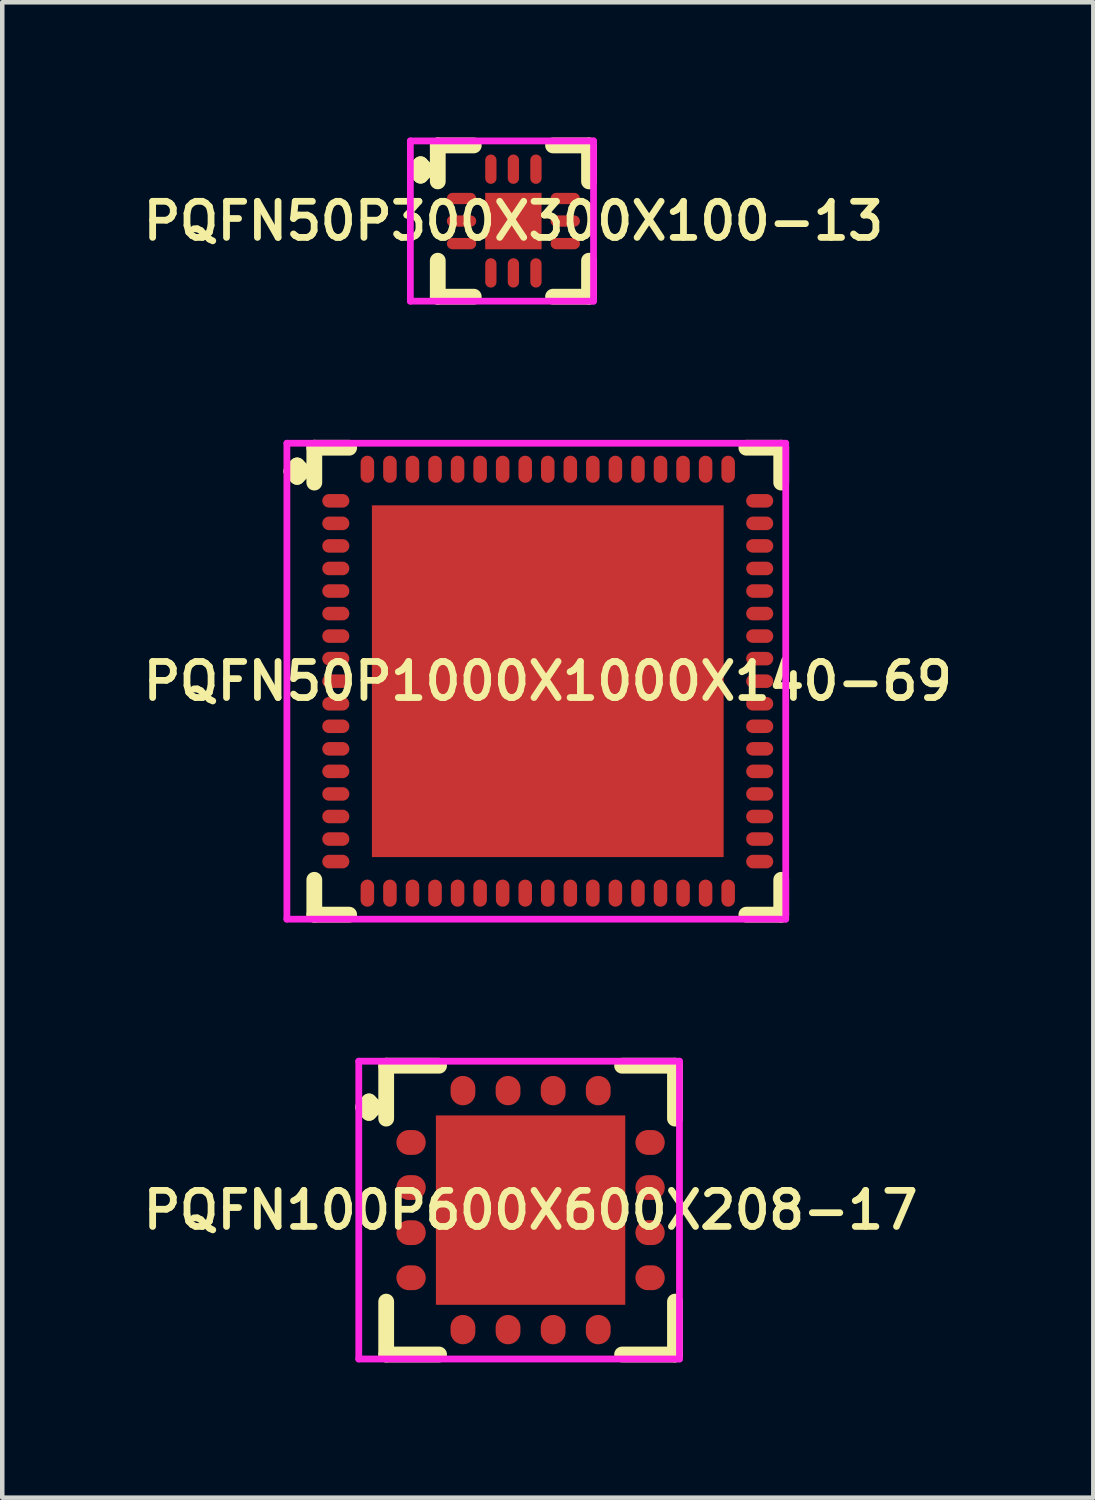
<source format=kicad_pcb>
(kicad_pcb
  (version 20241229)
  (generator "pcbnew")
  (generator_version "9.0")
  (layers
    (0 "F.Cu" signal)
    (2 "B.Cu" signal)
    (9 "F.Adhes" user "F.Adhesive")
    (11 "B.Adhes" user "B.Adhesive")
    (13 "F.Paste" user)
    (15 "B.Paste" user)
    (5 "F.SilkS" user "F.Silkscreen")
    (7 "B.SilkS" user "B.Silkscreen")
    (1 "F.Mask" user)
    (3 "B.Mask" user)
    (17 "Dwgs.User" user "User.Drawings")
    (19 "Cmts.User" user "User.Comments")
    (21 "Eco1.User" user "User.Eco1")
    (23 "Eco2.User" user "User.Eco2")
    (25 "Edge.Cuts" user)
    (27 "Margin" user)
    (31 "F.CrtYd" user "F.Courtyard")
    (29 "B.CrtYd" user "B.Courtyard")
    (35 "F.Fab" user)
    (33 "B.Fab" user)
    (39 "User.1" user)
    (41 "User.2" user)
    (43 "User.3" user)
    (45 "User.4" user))
  (footprint "PQFN50P300X300X100-13"
    (layer "F.Cu")
    (at 8.335 1.852)
    (property "Reference" "PQFN50P300X300X100-13" (at 0 0 0) (layer "F.SilkS") (effects (font (size 0.8 0.8) (thickness 0.15))))
    (attr through_hole)
    (fp_line (start -2.185 -1.133) (end -2.058 -1.26) (stroke (width 0.35) (type solid)) (layer "F.SilkS"))
    (fp_line (start -2.058 -1.26) (end -1.931 -1.133) (stroke (width 0.35) (type solid)) (layer "F.SilkS"))
    (fp_line (start -2.058 -1.006) (end -2.185 -1.133) (stroke (width 0.35) (type solid)) (layer "F.SilkS"))
    (fp_line (start -1.931 -1.133) (end -2.058 -1.006) (stroke (width 0.35) (type solid)) (layer "F.SilkS"))
    (fp_line (start -1.677 -1.677) (end -0.879 -1.677) (stroke (width 0.35) (type solid)) (layer "F.SilkS"))
    (fp_line (start -1.677 -0.879) (end -1.677 -1.677) (stroke (width 0.35) (type solid)) (layer "F.SilkS"))
    (fp_line (start -1.677 0.879) (end -1.677 1.677) (stroke (width 0.35) (type solid)) (layer "F.SilkS"))
    (fp_line (start -1.677 1.677) (end -0.879 1.677) (stroke (width 0.35) (type solid)) (layer "F.SilkS"))
    (fp_line (start 0.879 -1.677) (end 1.677 -1.677) (stroke (width 0.35) (type solid)) (layer "F.SilkS"))
    (fp_line (start 0.879 1.677) (end 1.677 1.677) (stroke (width 0.35) (type solid)) (layer "F.SilkS"))
    (fp_line (start 1.677 -1.677) (end 1.677 -0.879) (stroke (width 0.35) (type solid)) (layer "F.SilkS"))
    (fp_line (start 1.677 1.677) (end 1.677 0.879) (stroke (width 0.35) (type solid)) (layer "F.SilkS"))
    (fp_line (start -2.285 -1.777) (end 1.777 -1.777) (stroke (width 0.15) (type solid)) (layer "F.CrtYd"))
    (fp_line (start -2.285 1.777) (end -2.285 -1.777) (stroke (width 0.15) (type solid)) (layer "F.CrtYd"))
    (fp_line (start 1.777 -1.777) (end 1.777 1.777) (stroke (width 0.15) (type solid)) (layer "F.CrtYd"))
    (fp_line (start 1.777 1.777) (end -2.285 1.777) (stroke (width 0.15) (type solid)) (layer "F.CrtYd"))
    (pad "1" smd oval (at -1.15 -0.5) (size 0.65 0.25) (layers "F.Cu" "F.Mask" "F.Paste"))
    (pad "2" smd oval (at -1.15 0) (size 0.65 0.25) (layers "F.Cu" "F.Mask" "F.Paste"))
    (pad "3" smd oval (at -1.15 0.5) (size 0.65 0.25) (layers "F.Cu" "F.Mask" "F.Paste"))
    (pad "4" smd oval (at -0.5 1.15) (size 0.25 0.65) (layers "F.Cu" "F.Mask" "F.Paste"))
    (pad "5" smd oval (at 0 1.15) (size 0.25 0.65) (layers "F.Cu" "F.Mask" "F.Paste"))
    (pad "6" smd oval (at 0.5 1.15) (size 0.25 0.65) (layers "F.Cu" "F.Mask" "F.Paste"))
    (pad "7" smd oval (at 1.15 0.5) (size 0.65 0.25) (layers "F.Cu" "F.Mask" "F.Paste"))
    (pad "8" smd oval (at 1.15 0) (size 0.65 0.25) (layers "F.Cu" "F.Mask" "F.Paste"))
    (pad "9" smd oval (at 1.15 -0.5) (size 0.65 0.25) (layers "F.Cu" "F.Mask" "F.Paste"))
    (pad "10" smd oval (at 0.5 -1.15) (size 0.25 0.65) (layers "F.Cu" "F.Mask" "F.Paste"))
    (pad "11" smd oval (at 0 -1.15) (size 0.25 0.65) (layers "F.Cu" "F.Mask" "F.Paste"))
    (pad "12" smd oval (at -0.5 -1.15) (size 0.25 0.65) (layers "F.Cu" "F.Mask" "F.Paste"))
    (pad "13" smd rect (at 0 0) (size 1.25 1.25) (layers "F.Cu" "F.Mask" "F.Paste")))
  (footprint "PQFN50P1000X1000X140-69"
    (layer "F.Cu")
    (at 9.097 12.056)
    (property "Reference" "PQFN50P1000X1000X140-69" (at 0 0 0) (layer "F.SilkS") (effects (font (size 0.8 0.8) (thickness 0.15))))
    (attr smd)
    (fp_line (start -5.685 -4.658) (end -5.558 -4.785) (stroke (width 0.35) (type solid)) (layer "F.SilkS"))
    (fp_line (start -5.558 -4.785) (end -5.431 -4.658) (stroke (width 0.35) (type solid)) (layer "F.SilkS"))
    (fp_line (start -5.558 -4.531) (end -5.685 -4.658) (stroke (width 0.35) (type solid)) (layer "F.SilkS"))
    (fp_line (start -5.431 -4.658) (end -5.558 -4.531) (stroke (width 0.35) (type solid)) (layer "F.SilkS"))
    (fp_line (start -5.177 -5.177) (end -4.404 -5.177) (stroke (width 0.35) (type solid)) (layer "F.SilkS"))
    (fp_line (start -5.177 -4.404) (end -5.177 -5.177) (stroke (width 0.35) (type solid)) (layer "F.SilkS"))
    (fp_line (start -5.177 4.404) (end -5.177 5.177) (stroke (width 0.35) (type solid)) (layer "F.SilkS"))
    (fp_line (start -5.177 5.177) (end -4.404 5.177) (stroke (width 0.35) (type solid)) (layer "F.SilkS"))
    (fp_line (start 4.404 -5.177) (end 5.177 -5.177) (stroke (width 0.35) (type solid)) (layer "F.SilkS"))
    (fp_line (start 4.404 5.177) (end 5.177 5.177) (stroke (width 0.35) (type solid)) (layer "F.SilkS"))
    (fp_line (start 5.177 -5.177) (end 5.177 -4.404) (stroke (width 0.35) (type solid)) (layer "F.SilkS"))
    (fp_line (start 5.177 5.177) (end 5.177 4.404) (stroke (width 0.35) (type solid)) (layer "F.SilkS"))
    (fp_line (start -5.785 -5.277) (end 5.277 -5.277) (stroke (width 0.15) (type solid)) (layer "F.CrtYd"))
    (fp_line (start -5.785 5.277) (end -5.785 -5.277) (stroke (width 0.15) (type solid)) (layer "F.CrtYd"))
    (fp_line (start 5.277 -5.277) (end 5.277 5.277) (stroke (width 0.15) (type solid)) (layer "F.CrtYd"))
    (fp_line (start 5.277 5.277) (end -5.785 5.277) (stroke (width 0.15) (type solid)) (layer "F.CrtYd"))
    (pad "1" smd oval (at -4.7 -4) (size 0.6 0.3) (layers "F.Cu" "F.Mask" "F.Paste"))
    (pad "2" smd oval (at -4.7 -3.5) (size 0.6 0.3) (layers "F.Cu" "F.Mask" "F.Paste"))
    (pad "3" smd oval (at -4.7 -3) (size 0.6 0.3) (layers "F.Cu" "F.Mask" "F.Paste"))
    (pad "4" smd oval (at -4.7 -2.5) (size 0.6 0.3) (layers "F.Cu" "F.Mask" "F.Paste"))
    (pad "5" smd oval (at -4.7 -2) (size 0.6 0.3) (layers "F.Cu" "F.Mask" "F.Paste"))
    (pad "6" smd oval (at -4.7 -1.5) (size 0.6 0.3) (layers "F.Cu" "F.Mask" "F.Paste"))
    (pad "7" smd oval (at -4.7 -1) (size 0.6 0.3) (layers "F.Cu" "F.Mask" "F.Paste"))
    (pad "8" smd oval (at -4.7 -0.5) (size 0.6 0.3) (layers "F.Cu" "F.Mask" "F.Paste"))
    (pad "9" smd oval (at -4.7 0) (size 0.6 0.3) (layers "F.Cu" "F.Mask" "F.Paste"))
    (pad "10" smd oval (at -4.7 0.5) (size 0.6 0.3) (layers "F.Cu" "F.Mask" "F.Paste"))
    (pad "11" smd oval (at -4.7 1) (size 0.6 0.3) (layers "F.Cu" "F.Mask" "F.Paste"))
    (pad "12" smd oval (at -4.7 1.5) (size 0.6 0.3) (layers "F.Cu" "F.Mask" "F.Paste"))
    (pad "13" smd oval (at -4.7 2) (size 0.6 0.3) (layers "F.Cu" "F.Mask" "F.Paste"))
    (pad "14" smd oval (at -4.7 2.5) (size 0.6 0.3) (layers "F.Cu" "F.Mask" "F.Paste"))
    (pad "15" smd oval (at -4.7 3) (size 0.6 0.3) (layers "F.Cu" "F.Mask" "F.Paste"))
    (pad "16" smd oval (at -4.7 3.5) (size 0.6 0.3) (layers "F.Cu" "F.Mask" "F.Paste"))
    (pad "17" smd oval (at -4.7 4) (size 0.6 0.3) (layers "F.Cu" "F.Mask" "F.Paste"))
    (pad "18" smd oval (at -4 4.7) (size 0.3 0.6) (layers "F.Cu" "F.Mask" "F.Paste"))
    (pad "19" smd oval (at -3.5 4.7) (size 0.3 0.6) (layers "F.Cu" "F.Mask" "F.Paste"))
    (pad "20" smd oval (at -3 4.7) (size 0.3 0.6) (layers "F.Cu" "F.Mask" "F.Paste"))
    (pad "21" smd oval (at -2.5 4.7) (size 0.3 0.6) (layers "F.Cu" "F.Mask" "F.Paste"))
    (pad "22" smd oval (at -2 4.7) (size 0.3 0.6) (layers "F.Cu" "F.Mask" "F.Paste"))
    (pad "23" smd oval (at -1.5 4.7) (size 0.3 0.6) (layers "F.Cu" "F.Mask" "F.Paste"))
    (pad "24" smd oval (at -1 4.7) (size 0.3 0.6) (layers "F.Cu" "F.Mask" "F.Paste"))
    (pad "25" smd oval (at -0.5 4.7) (size 0.3 0.6) (layers "F.Cu" "F.Mask" "F.Paste"))
    (pad "26" smd oval (at 0 4.7) (size 0.3 0.6) (layers "F.Cu" "F.Mask" "F.Paste"))
    (pad "27" smd oval (at 0.5 4.7) (size 0.3 0.6) (layers "F.Cu" "F.Mask" "F.Paste"))
    (pad "28" smd oval (at 1 4.7) (size 0.3 0.6) (layers "F.Cu" "F.Mask" "F.Paste"))
    (pad "29" smd oval (at 1.5 4.7) (size 0.3 0.6) (layers "F.Cu" "F.Mask" "F.Paste"))
    (pad "30" smd oval (at 2 4.7) (size 0.3 0.6) (layers "F.Cu" "F.Mask" "F.Paste"))
    (pad "31" smd oval (at 2.5 4.7) (size 0.3 0.6) (layers "F.Cu" "F.Mask" "F.Paste"))
    (pad "32" smd oval (at 3 4.7) (size 0.3 0.6) (layers "F.Cu" "F.Mask" "F.Paste"))
    (pad "33" smd oval (at 3.5 4.7) (size 0.3 0.6) (layers "F.Cu" "F.Mask" "F.Paste"))
    (pad "34" smd oval (at 4 4.7) (size 0.3 0.6) (layers "F.Cu" "F.Mask" "F.Paste"))
    (pad "35" smd oval (at 4.7 4) (size 0.6 0.3) (layers "F.Cu" "F.Mask" "F.Paste"))
    (pad "36" smd oval (at 4.7 3.5) (size 0.6 0.3) (layers "F.Cu" "F.Mask" "F.Paste"))
    (pad "37" smd oval (at 4.7 3) (size 0.6 0.3) (layers "F.Cu" "F.Mask" "F.Paste"))
    (pad "38" smd oval (at 4.7 2.5) (size 0.6 0.3) (layers "F.Cu" "F.Mask" "F.Paste"))
    (pad "39" smd oval (at 4.7 2) (size 0.6 0.3) (layers "F.Cu" "F.Mask" "F.Paste"))
    (pad "40" smd oval (at 4.7 1.5) (size 0.6 0.3) (layers "F.Cu" "F.Mask" "F.Paste"))
    (pad "41" smd oval (at 4.7 1) (size 0.6 0.3) (layers "F.Cu" "F.Mask" "F.Paste"))
    (pad "42" smd oval (at 4.7 0.5) (size 0.6 0.3) (layers "F.Cu" "F.Mask" "F.Paste"))
    (pad "43" smd oval (at 4.7 0) (size 0.6 0.3) (layers "F.Cu" "F.Mask" "F.Paste"))
    (pad "44" smd oval (at 4.7 -0.5) (size 0.6 0.3) (layers "F.Cu" "F.Mask" "F.Paste"))
    (pad "45" smd oval (at 4.7 -1) (size 0.6 0.3) (layers "F.Cu" "F.Mask" "F.Paste"))
    (pad "46" smd oval (at 4.7 -1.5) (size 0.6 0.3) (layers "F.Cu" "F.Mask" "F.Paste"))
    (pad "47" smd oval (at 4.7 -2) (size 0.6 0.3) (layers "F.Cu" "F.Mask" "F.Paste"))
    (pad "48" smd oval (at 4.7 -2.5) (size 0.6 0.3) (layers "F.Cu" "F.Mask" "F.Paste"))
    (pad "49" smd oval (at 4.7 -3) (size 0.6 0.3) (layers "F.Cu" "F.Mask" "F.Paste"))
    (pad "50" smd oval (at 4.7 -3.5) (size 0.6 0.3) (layers "F.Cu" "F.Mask" "F.Paste"))
    (pad "51" smd oval (at 4.7 -4) (size 0.6 0.3) (layers "F.Cu" "F.Mask" "F.Paste"))
    (pad "52" smd oval (at 4 -4.7) (size 0.3 0.6) (layers "F.Cu" "F.Mask" "F.Paste"))
    (pad "53" smd oval (at 3.5 -4.7) (size 0.3 0.6) (layers "F.Cu" "F.Mask" "F.Paste"))
    (pad "54" smd oval (at 3 -4.7) (size 0.3 0.6) (layers "F.Cu" "F.Mask" "F.Paste"))
    (pad "55" smd oval (at 2.5 -4.7) (size 0.3 0.6) (layers "F.Cu" "F.Mask" "F.Paste"))
    (pad "56" smd oval (at 2 -4.7) (size 0.3 0.6) (layers "F.Cu" "F.Mask" "F.Paste"))
    (pad "57" smd oval (at 1.5 -4.7) (size 0.3 0.6) (layers "F.Cu" "F.Mask" "F.Paste"))
    (pad "58" smd oval (at 1 -4.7) (size 0.3 0.6) (layers "F.Cu" "F.Mask" "F.Paste"))
    (pad "59" smd oval (at 0.5 -4.7) (size 0.3 0.6) (layers "F.Cu" "F.Mask" "F.Paste"))
    (pad "60" smd oval (at 0 -4.7) (size 0.3 0.6) (layers "F.Cu" "F.Mask" "F.Paste"))
    (pad "61" smd oval (at -0.5 -4.7) (size 0.3 0.6) (layers "F.Cu" "F.Mask" "F.Paste"))
    (pad "62" smd oval (at -1 -4.7) (size 0.3 0.6) (layers "F.Cu" "F.Mask" "F.Paste"))
    (pad "63" smd oval (at -1.5 -4.7) (size 0.3 0.6) (layers "F.Cu" "F.Mask" "F.Paste"))
    (pad "64" smd oval (at -2 -4.7) (size 0.3 0.6) (layers "F.Cu" "F.Mask" "F.Paste"))
    (pad "65" smd oval (at -2.5 -4.7) (size 0.3 0.6) (layers "F.Cu" "F.Mask" "F.Paste"))
    (pad "66" smd oval (at -3 -4.7) (size 0.3 0.6) (layers "F.Cu" "F.Mask" "F.Paste"))
    (pad "67" smd oval (at -3.5 -4.7) (size 0.3 0.6) (layers "F.Cu" "F.Mask" "F.Paste"))
    (pad "68" smd oval (at -4 -4.7) (size 0.3 0.6) (layers "F.Cu" "F.Mask" "F.Paste"))
    (pad "69" smd rect (at 0 0) (size 7.8 7.8) (layers "F.Cu" "F.Mask" "F.Paste")))
  (footprint "PQFN100P600X600X208-17"
    (layer "F.Cu")
    (at 8.716 23.785)
    (property "Reference" "PQFN100P600X600X208-17" (at 0 0 0) (layer "F.SilkS") (effects (font (size 0.8 0.8) (thickness 0.15))))
    (attr smd)
    (fp_line (start -3.71 -2.283) (end -3.583 -2.41) (stroke (width 0.35) (type solid)) (layer "F.SilkS"))
    (fp_line (start -3.583 -2.41) (end -3.456 -2.283) (stroke (width 0.35) (type solid)) (layer "F.SilkS"))
    (fp_line (start -3.583 -2.156) (end -3.71 -2.283) (stroke (width 0.35) (type solid)) (layer "F.SilkS"))
    (fp_line (start -3.456 -2.283) (end -3.583 -2.156) (stroke (width 0.35) (type solid)) (layer "F.SilkS"))
    (fp_line (start -3.202 -3.202) (end -2.029 -3.202) (stroke (width 0.35) (type solid)) (layer "F.SilkS"))
    (fp_line (start -3.202 -2.029) (end -3.202 -3.202) (stroke (width 0.35) (type solid)) (layer "F.SilkS"))
    (fp_line (start -3.202 2.029) (end -3.202 3.202) (stroke (width 0.35) (type solid)) (layer "F.SilkS"))
    (fp_line (start -3.202 3.202) (end -2.029 3.202) (stroke (width 0.35) (type solid)) (layer "F.SilkS"))
    (fp_line (start 2.029 -3.202) (end 3.202 -3.202) (stroke (width 0.35) (type solid)) (layer "F.SilkS"))
    (fp_line (start 2.029 3.202) (end 3.202 3.202) (stroke (width 0.35) (type solid)) (layer "F.SilkS"))
    (fp_line (start 3.202 -3.202) (end 3.202 -2.029) (stroke (width 0.35) (type solid)) (layer "F.SilkS"))
    (fp_line (start 3.202 3.202) (end 3.202 2.029) (stroke (width 0.35) (type solid)) (layer "F.SilkS"))
    (fp_line (start -3.81 -3.302) (end 3.302 -3.302) (stroke (width 0.15) (type solid)) (layer "F.CrtYd"))
    (fp_line (start -3.81 3.302) (end -3.81 -3.302) (stroke (width 0.15) (type solid)) (layer "F.CrtYd"))
    (fp_line (start 3.302 -3.302) (end 3.302 3.302) (stroke (width 0.15) (type solid)) (layer "F.CrtYd"))
    (fp_line (start 3.302 3.302) (end -3.81 3.302) (stroke (width 0.15) (type solid)) (layer "F.CrtYd"))
    (pad "1" smd oval (at -2.65 -1.5) (size 0.65 0.55) (layers "F.Cu" "F.Mask" "F.Paste"))
    (pad "2" smd oval (at -2.65 -0.5) (size 0.65 0.55) (layers "F.Cu" "F.Mask" "F.Paste"))
    (pad "3" smd oval (at -2.65 0.5) (size 0.65 0.55) (layers "F.Cu" "F.Mask" "F.Paste"))
    (pad "4" smd oval (at -2.65 1.5) (size 0.65 0.55) (layers "F.Cu" "F.Mask" "F.Paste"))
    (pad "5" smd oval (at -1.5 2.65) (size 0.55 0.65) (layers "F.Cu" "F.Mask" "F.Paste"))
    (pad "6" smd oval (at -0.5 2.65) (size 0.55 0.65) (layers "F.Cu" "F.Mask" "F.Paste"))
    (pad "7" smd oval (at 0.5 2.65) (size 0.55 0.65) (layers "F.Cu" "F.Mask" "F.Paste"))
    (pad "8" smd oval (at 1.5 2.65) (size 0.55 0.65) (layers "F.Cu" "F.Mask" "F.Paste"))
    (pad "9" smd oval (at 2.65 1.5) (size 0.65 0.55) (layers "F.Cu" "F.Mask" "F.Paste"))
    (pad "10" smd oval (at 2.65 0.5) (size 0.65 0.55) (layers "F.Cu" "F.Mask" "F.Paste"))
    (pad "11" smd oval (at 2.65 -0.5) (size 0.65 0.55) (layers "F.Cu" "F.Mask" "F.Paste"))
    (pad "12" smd oval (at 2.65 -1.5) (size 0.65 0.55) (layers "F.Cu" "F.Mask" "F.Paste"))
    (pad "13" smd oval (at 1.5 -2.65) (size 0.55 0.65) (layers "F.Cu" "F.Mask" "F.Paste"))
    (pad "14" smd oval (at 0.5 -2.65) (size 0.55 0.65) (layers "F.Cu" "F.Mask" "F.Paste"))
    (pad "15" smd oval (at -0.5 -2.65) (size 0.55 0.65) (layers "F.Cu" "F.Mask" "F.Paste"))
    (pad "16" smd oval (at -1.5 -2.65) (size 0.55 0.65) (layers "F.Cu" "F.Mask" "F.Paste"))
    (pad "17" smd rect (at 0 0) (size 4.2 4.2) (layers "F.Cu" "F.Mask" "F.Paste")))
  (gr_rect
    (start -3 -3)
    (end 21.195 30.162)
    (stroke (width 0.1) (type default))
    (fill no)
    (layer "Edge.Cuts")))
</source>
